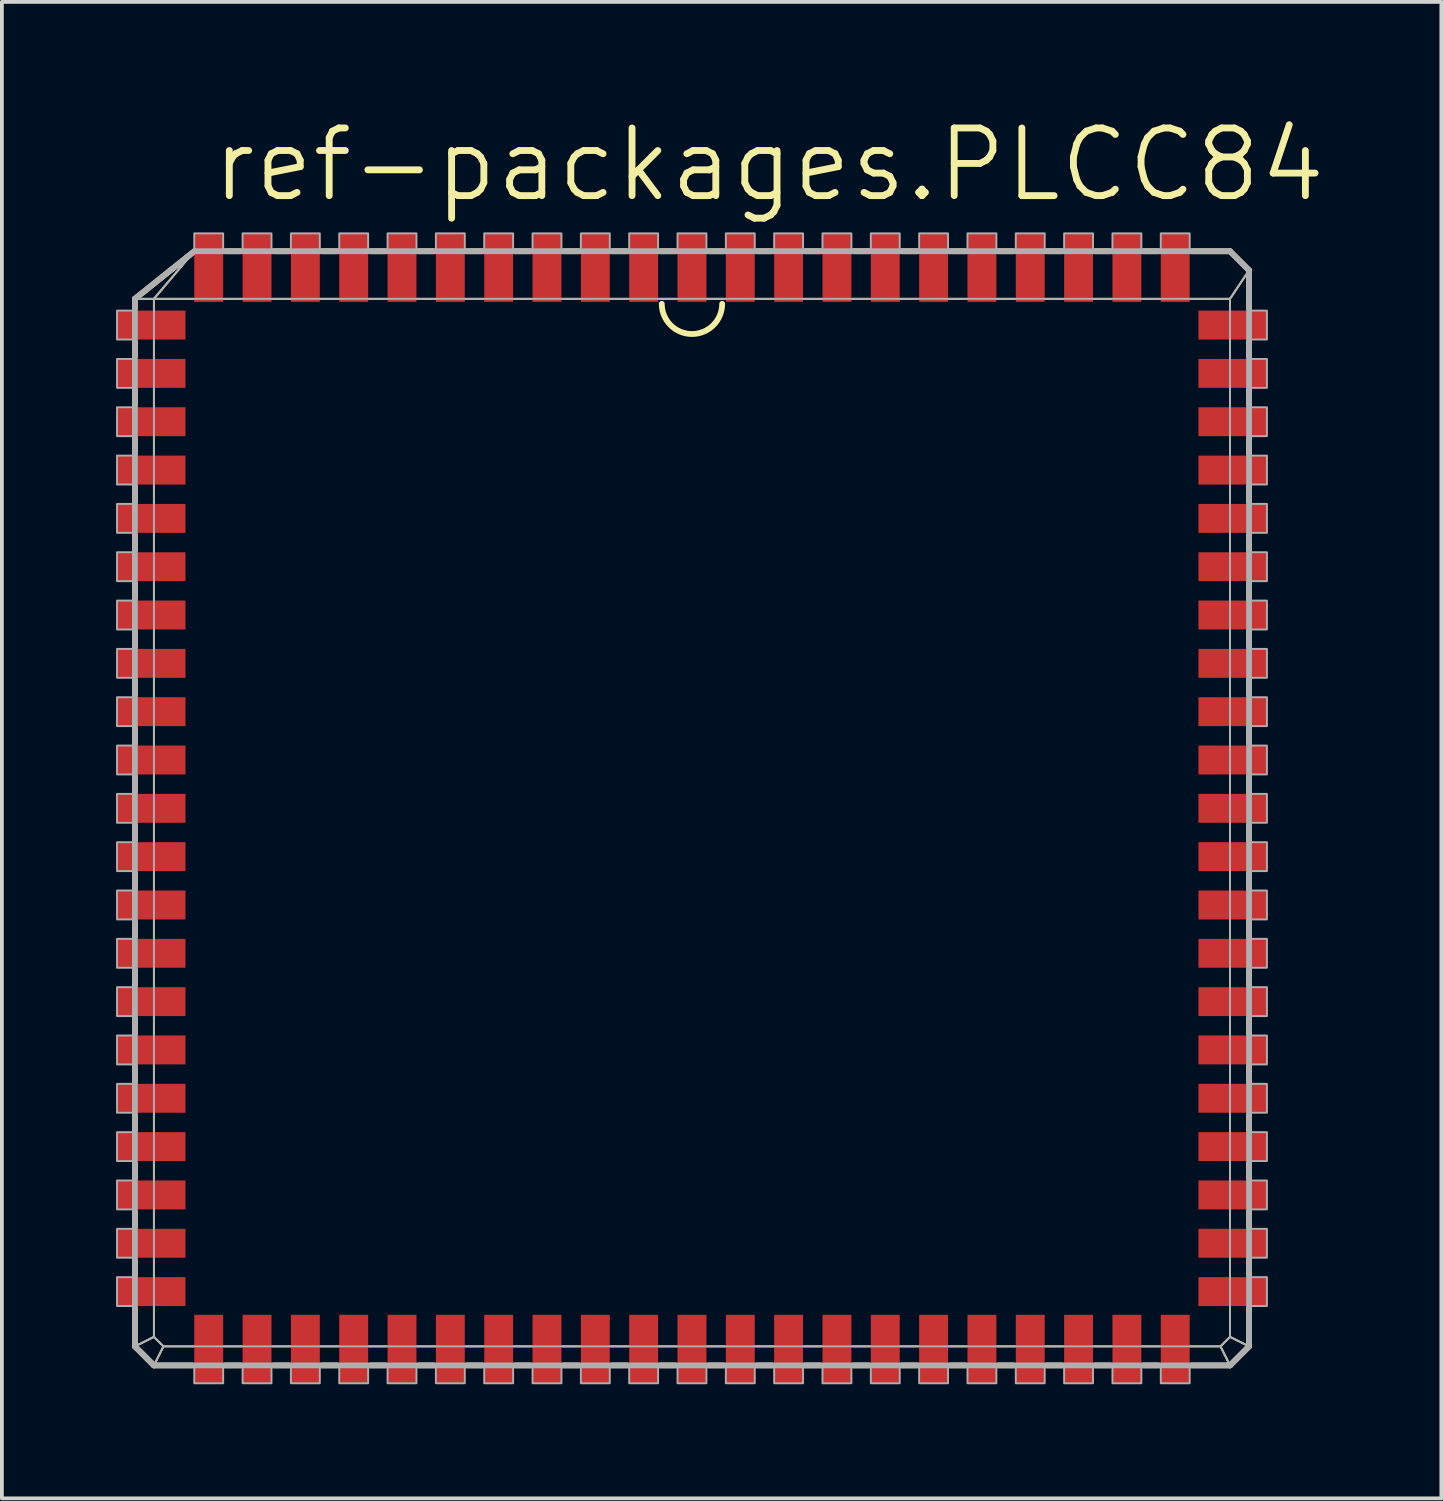
<source format=kicad_pcb>
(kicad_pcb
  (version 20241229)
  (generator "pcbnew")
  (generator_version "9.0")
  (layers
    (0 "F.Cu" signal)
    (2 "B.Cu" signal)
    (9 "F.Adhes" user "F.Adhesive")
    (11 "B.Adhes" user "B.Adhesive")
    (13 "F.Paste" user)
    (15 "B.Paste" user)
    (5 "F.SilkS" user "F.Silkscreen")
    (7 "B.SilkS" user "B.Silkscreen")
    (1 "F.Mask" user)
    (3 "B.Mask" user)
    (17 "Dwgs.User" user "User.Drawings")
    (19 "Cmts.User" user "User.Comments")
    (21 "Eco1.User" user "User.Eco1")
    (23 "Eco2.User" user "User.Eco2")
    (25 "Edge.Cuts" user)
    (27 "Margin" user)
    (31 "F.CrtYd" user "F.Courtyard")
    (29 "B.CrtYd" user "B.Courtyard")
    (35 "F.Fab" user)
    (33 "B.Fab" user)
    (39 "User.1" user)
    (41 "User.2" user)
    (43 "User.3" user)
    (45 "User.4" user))
  (footprint "ref-packages.PLCC84"
    (layer "F.Cu")
    (at 15.135 18.193)
    (property "Reference" "ref-packages.PLCC84" (at -12.7 -15.875 0) (layer "F.SilkS") (effects (font (size 1.778 1.778) (thickness 0.18)) (justify left bottom)))
    (attr smd)
    (fp_line (start -14.64 -13.39) (end -14.14 -13.39) (stroke (width 0.051) (type default)) (layer "F.SilkS"))
    (fp_line (start -14.64 -13.39) (end -13.14 -14.59) (stroke (width 0.152) (type default)) (layer "F.SilkS"))
    (fp_line (start -14.64 -13.14) (end -14.64 -13.39) (stroke (width 0.152) (type default)) (layer "F.SilkS"))
    (fp_line (start -14.64 -11.87) (end -14.64 -12.26) (stroke (width 0.152) (type default)) (layer "F.SilkS"))
    (fp_line (start -14.64 -10.6) (end -14.64 -10.99) (stroke (width 0.152) (type default)) (layer "F.SilkS"))
    (fp_line (start -14.64 -9.33) (end -14.64 -9.72) (stroke (width 0.152) (type default)) (layer "F.SilkS"))
    (fp_line (start -14.64 -8.06) (end -14.64 -8.45) (stroke (width 0.152) (type default)) (layer "F.SilkS"))
    (fp_line (start -14.64 -6.79) (end -14.64 -7.18) (stroke (width 0.152) (type default)) (layer "F.SilkS"))
    (fp_line (start -14.64 -5.52) (end -14.64 -5.91) (stroke (width 0.152) (type default)) (layer "F.SilkS"))
    (fp_line (start -14.64 -4.25) (end -14.64 -4.64) (stroke (width 0.152) (type default)) (layer "F.SilkS"))
    (fp_line (start -14.64 -2.98) (end -14.64 -3.37) (stroke (width 0.152) (type default)) (layer "F.SilkS"))
    (fp_line (start -14.64 -1.71) (end -14.64 -2.1) (stroke (width 0.152) (type default)) (layer "F.SilkS"))
    (fp_line (start -14.64 -0.44) (end -14.64 -0.83) (stroke (width 0.152) (type default)) (layer "F.SilkS"))
    (fp_line (start -14.64 0.83) (end -14.64 0.44) (stroke (width 0.152) (type default)) (layer "F.SilkS"))
    (fp_line (start -14.64 2.1) (end -14.64 1.71) (stroke (width 0.152) (type default)) (layer "F.SilkS"))
    (fp_line (start -14.64 3.37) (end -14.64 2.98) (stroke (width 0.152) (type default)) (layer "F.SilkS"))
    (fp_line (start -14.64 4.64) (end -14.64 4.25) (stroke (width 0.152) (type default)) (layer "F.SilkS"))
    (fp_line (start -14.64 5.91) (end -14.64 5.52) (stroke (width 0.152) (type default)) (layer "F.SilkS"))
    (fp_line (start -14.64 7.18) (end -14.64 6.79) (stroke (width 0.152) (type default)) (layer "F.SilkS"))
    (fp_line (start -14.64 8.45) (end -14.64 8.06) (stroke (width 0.152) (type default)) (layer "F.SilkS"))
    (fp_line (start -14.64 9.72) (end -14.64 9.33) (stroke (width 0.152) (type default)) (layer "F.SilkS"))
    (fp_line (start -14.64 10.99) (end -14.64 10.6) (stroke (width 0.152) (type default)) (layer "F.SilkS"))
    (fp_line (start -14.64 12.26) (end -14.64 11.87) (stroke (width 0.152) (type default)) (layer "F.SilkS"))
    (fp_line (start -14.64 14.14) (end -14.64 13.14) (stroke (width 0.152) (type default)) (layer "F.SilkS"))
    (fp_line (start -14.64 14.14) (end -14.14 13.89) (stroke (width 0.051) (type default)) (layer "F.SilkS"))
    (fp_line (start -14.14 -13.39) (end -13.1 -14.62) (stroke (width 0.051) (type default)) (layer "F.SilkS"))
    (fp_line (start -14.14 -13.39) (end -13.1 -13.39) (stroke (width 0.051) (type default)) (layer "F.SilkS"))
    (fp_line (start -14.14 -13.1) (end -14.14 -13.39) (stroke (width 0.051) (type default)) (layer "F.SilkS"))
    (fp_line (start -14.14 -11.83) (end -14.14 -12.3) (stroke (width 0.051) (type default)) (layer "F.SilkS"))
    (fp_line (start -14.14 -10.56) (end -14.14 -11.03) (stroke (width 0.051) (type default)) (layer "F.SilkS"))
    (fp_line (start -14.14 -9.29) (end -14.14 -9.76) (stroke (width 0.051) (type default)) (layer "F.SilkS"))
    (fp_line (start -14.14 -8.02) (end -14.14 -8.49) (stroke (width 0.051) (type default)) (layer "F.SilkS"))
    (fp_line (start -14.14 -6.75) (end -14.14 -7.22) (stroke (width 0.051) (type default)) (layer "F.SilkS"))
    (fp_line (start -14.14 -5.48) (end -14.14 -5.95) (stroke (width 0.051) (type default)) (layer "F.SilkS"))
    (fp_line (start -14.14 -4.21) (end -14.14 -4.68) (stroke (width 0.051) (type default)) (layer "F.SilkS"))
    (fp_line (start -14.14 -2.94) (end -14.14 -3.41) (stroke (width 0.051) (type default)) (layer "F.SilkS"))
    (fp_line (start -14.14 -1.67) (end -14.14 -2.14) (stroke (width 0.051) (type default)) (layer "F.SilkS"))
    (fp_line (start -14.14 -0.4) (end -14.14 -0.87) (stroke (width 0.051) (type default)) (layer "F.SilkS"))
    (fp_line (start -14.14 0.87) (end -14.14 0.4) (stroke (width 0.051) (type default)) (layer "F.SilkS"))
    (fp_line (start -14.14 2.14) (end -14.14 1.67) (stroke (width 0.051) (type default)) (layer "F.SilkS"))
    (fp_line (start -14.14 3.41) (end -14.14 2.94) (stroke (width 0.051) (type default)) (layer "F.SilkS"))
    (fp_line (start -14.14 4.68) (end -14.14 4.21) (stroke (width 0.051) (type default)) (layer "F.SilkS"))
    (fp_line (start -14.14 5.95) (end -14.14 5.48) (stroke (width 0.051) (type default)) (layer "F.SilkS"))
    (fp_line (start -14.14 7.22) (end -14.14 6.75) (stroke (width 0.051) (type default)) (layer "F.SilkS"))
    (fp_line (start -14.14 8.49) (end -14.14 8.02) (stroke (width 0.051) (type default)) (layer "F.SilkS"))
    (fp_line (start -14.14 9.76) (end -14.14 9.29) (stroke (width 0.051) (type default)) (layer "F.SilkS"))
    (fp_line (start -14.14 11.03) (end -14.14 10.56) (stroke (width 0.051) (type default)) (layer "F.SilkS"))
    (fp_line (start -14.14 12.3) (end -14.14 11.83) (stroke (width 0.051) (type default)) (layer "F.SilkS"))
    (fp_line (start -14.14 13.89) (end -14.14 13.1) (stroke (width 0.051) (type default)) (layer "F.SilkS"))
    (fp_line (start -14.14 14.64) (end -14.64 14.14) (stroke (width 0.152) (type default)) (layer "F.SilkS"))
    (fp_line (start -14.14 14.64) (end -13.89 14.14) (stroke (width 0.051) (type default)) (layer "F.SilkS"))
    (fp_line (start -13.89 14.14) (end -14.14 13.89) (stroke (width 0.051) (type default)) (layer "F.SilkS"))
    (fp_line (start -13.14 14.64) (end -14.14 14.64) (stroke (width 0.152) (type default)) (layer "F.SilkS"))
    (fp_line (start -13.1 14.14) (end -13.89 14.14) (stroke (width 0.051) (type default)) (layer "F.SilkS"))
    (fp_line (start -12.3 -13.39) (end -11.83 -13.39) (stroke (width 0.051) (type default)) (layer "F.SilkS"))
    (fp_line (start -12.26 -14.64) (end -11.87 -14.64) (stroke (width 0.152) (type default)) (layer "F.SilkS"))
    (fp_line (start -11.87 14.64) (end -12.26 14.64) (stroke (width 0.152) (type default)) (layer "F.SilkS"))
    (fp_line (start -11.83 14.14) (end -12.3 14.14) (stroke (width 0.051) (type default)) (layer "F.SilkS"))
    (fp_line (start -11.03 -13.39) (end -10.56 -13.39) (stroke (width 0.051) (type default)) (layer "F.SilkS"))
    (fp_line (start -10.99 -14.64) (end -10.6 -14.64) (stroke (width 0.152) (type default)) (layer "F.SilkS"))
    (fp_line (start -10.6 14.64) (end -10.99 14.64) (stroke (width 0.152) (type default)) (layer "F.SilkS"))
    (fp_line (start -10.56 14.14) (end -11.03 14.14) (stroke (width 0.051) (type default)) (layer "F.SilkS"))
    (fp_line (start -9.76 -13.39) (end -9.29 -13.39) (stroke (width 0.051) (type default)) (layer "F.SilkS"))
    (fp_line (start -9.72 -14.64) (end -9.33 -14.64) (stroke (width 0.152) (type default)) (layer "F.SilkS"))
    (fp_line (start -9.33 14.64) (end -9.72 14.64) (stroke (width 0.152) (type default)) (layer "F.SilkS"))
    (fp_line (start -9.29 14.14) (end -9.76 14.14) (stroke (width 0.051) (type default)) (layer "F.SilkS"))
    (fp_line (start -8.49 -13.39) (end -8.02 -13.39) (stroke (width 0.051) (type default)) (layer "F.SilkS"))
    (fp_line (start -8.45 -14.64) (end -8.06 -14.64) (stroke (width 0.152) (type default)) (layer "F.SilkS"))
    (fp_line (start -8.06 14.64) (end -8.45 14.64) (stroke (width 0.152) (type default)) (layer "F.SilkS"))
    (fp_line (start -8.02 14.14) (end -8.49 14.14) (stroke (width 0.051) (type default)) (layer "F.SilkS"))
    (fp_line (start -7.22 -13.39) (end -6.75 -13.39) (stroke (width 0.051) (type default)) (layer "F.SilkS"))
    (fp_line (start -7.18 -14.64) (end -6.79 -14.64) (stroke (width 0.152) (type default)) (layer "F.SilkS"))
    (fp_line (start -6.79 14.64) (end -7.18 14.64) (stroke (width 0.152) (type default)) (layer "F.SilkS"))
    (fp_line (start -6.75 14.14) (end -7.22 14.14) (stroke (width 0.051) (type default)) (layer "F.SilkS"))
    (fp_line (start -5.95 -13.39) (end -5.48 -13.39) (stroke (width 0.051) (type default)) (layer "F.SilkS"))
    (fp_line (start -5.91 -14.64) (end -5.52 -14.64) (stroke (width 0.152) (type default)) (layer "F.SilkS"))
    (fp_line (start -5.52 14.64) (end -5.91 14.64) (stroke (width 0.152) (type default)) (layer "F.SilkS"))
    (fp_line (start -5.48 14.14) (end -5.95 14.14) (stroke (width 0.051) (type default)) (layer "F.SilkS"))
    (fp_line (start -4.68 -13.39) (end -4.21 -13.39) (stroke (width 0.051) (type default)) (layer "F.SilkS"))
    (fp_line (start -4.64 -14.64) (end -4.25 -14.64) (stroke (width 0.152) (type default)) (layer "F.SilkS"))
    (fp_line (start -4.25 14.64) (end -4.64 14.64) (stroke (width 0.152) (type default)) (layer "F.SilkS"))
    (fp_line (start -4.21 14.14) (end -4.68 14.14) (stroke (width 0.051) (type default)) (layer "F.SilkS"))
    (fp_line (start -3.41 -13.39) (end -2.94 -13.39) (stroke (width 0.051) (type default)) (layer "F.SilkS"))
    (fp_line (start -3.37 -14.64) (end -2.98 -14.64) (stroke (width 0.152) (type default)) (layer "F.SilkS"))
    (fp_line (start -2.98 14.64) (end -3.37 14.64) (stroke (width 0.152) (type default)) (layer "F.SilkS"))
    (fp_line (start -2.94 14.14) (end -3.41 14.14) (stroke (width 0.051) (type default)) (layer "F.SilkS"))
    (fp_line (start -2.14 -13.39) (end -1.67 -13.39) (stroke (width 0.051) (type default)) (layer "F.SilkS"))
    (fp_line (start -2.1 -14.64) (end -1.71 -14.64) (stroke (width 0.152) (type default)) (layer "F.SilkS"))
    (fp_line (start -1.71 14.64) (end -2.1 14.64) (stroke (width 0.152) (type default)) (layer "F.SilkS"))
    (fp_line (start -1.67 14.14) (end -2.14 14.14) (stroke (width 0.051) (type default)) (layer "F.SilkS"))
    (fp_line (start -0.87 -13.39) (end -0.4 -13.39) (stroke (width 0.051) (type default)) (layer "F.SilkS"))
    (fp_line (start -0.83 -14.64) (end -0.44 -14.64) (stroke (width 0.152) (type default)) (layer "F.SilkS"))
    (fp_line (start -0.44 14.64) (end -0.83 14.64) (stroke (width 0.152) (type default)) (layer "F.SilkS"))
    (fp_line (start -0.4 14.14) (end -0.87 14.14) (stroke (width 0.051) (type default)) (layer "F.SilkS"))
    (fp_line (start 0.4 -13.39) (end 0.87 -13.39) (stroke (width 0.051) (type default)) (layer "F.SilkS"))
    (fp_line (start 0.44 -14.64) (end 0.83 -14.64) (stroke (width 0.152) (type default)) (layer "F.SilkS"))
    (fp_line (start 0.83 14.64) (end 0.44 14.64) (stroke (width 0.152) (type default)) (layer "F.SilkS"))
    (fp_line (start 0.87 14.14) (end 0.4 14.14) (stroke (width 0.051) (type default)) (layer "F.SilkS"))
    (fp_line (start 1.67 -13.39) (end 2.14 -13.39) (stroke (width 0.051) (type default)) (layer "F.SilkS"))
    (fp_line (start 1.71 -14.64) (end 2.1 -14.64) (stroke (width 0.152) (type default)) (layer "F.SilkS"))
    (fp_line (start 2.1 14.64) (end 1.71 14.64) (stroke (width 0.152) (type default)) (layer "F.SilkS"))
    (fp_line (start 2.14 14.14) (end 1.67 14.14) (stroke (width 0.051) (type default)) (layer "F.SilkS"))
    (fp_line (start 2.94 -13.39) (end 3.41 -13.39) (stroke (width 0.051) (type default)) (layer "F.SilkS"))
    (fp_line (start 2.98 -14.64) (end 3.37 -14.64) (stroke (width 0.152) (type default)) (layer "F.SilkS"))
    (fp_line (start 3.37 14.64) (end 2.98 14.64) (stroke (width 0.152) (type default)) (layer "F.SilkS"))
    (fp_line (start 3.41 14.14) (end 2.94 14.14) (stroke (width 0.051) (type default)) (layer "F.SilkS"))
    (fp_line (start 4.21 -13.39) (end 4.68 -13.39) (stroke (width 0.051) (type default)) (layer "F.SilkS"))
    (fp_line (start 4.25 -14.64) (end 4.64 -14.64) (stroke (width 0.152) (type default)) (layer "F.SilkS"))
    (fp_line (start 4.64 14.64) (end 4.25 14.64) (stroke (width 0.152) (type default)) (layer "F.SilkS"))
    (fp_line (start 4.68 14.14) (end 4.21 14.14) (stroke (width 0.051) (type default)) (layer "F.SilkS"))
    (fp_line (start 5.48 -13.39) (end 5.95 -13.39) (stroke (width 0.051) (type default)) (layer "F.SilkS"))
    (fp_line (start 5.52 -14.64) (end 5.91 -14.64) (stroke (width 0.152) (type default)) (layer "F.SilkS"))
    (fp_line (start 5.91 14.64) (end 5.52 14.64) (stroke (width 0.152) (type default)) (layer "F.SilkS"))
    (fp_line (start 5.95 14.14) (end 5.48 14.14) (stroke (width 0.051) (type default)) (layer "F.SilkS"))
    (fp_line (start 6.75 -13.39) (end 7.22 -13.39) (stroke (width 0.051) (type default)) (layer "F.SilkS"))
    (fp_line (start 6.79 -14.64) (end 7.18 -14.64) (stroke (width 0.152) (type default)) (layer "F.SilkS"))
    (fp_line (start 7.18 14.64) (end 6.79 14.64) (stroke (width 0.152) (type default)) (layer "F.SilkS"))
    (fp_line (start 7.22 14.14) (end 6.75 14.14) (stroke (width 0.051) (type default)) (layer "F.SilkS"))
    (fp_line (start 8.02 -13.39) (end 8.49 -13.39) (stroke (width 0.051) (type default)) (layer "F.SilkS"))
    (fp_line (start 8.06 -14.64) (end 8.45 -14.64) (stroke (width 0.152) (type default)) (layer "F.SilkS"))
    (fp_line (start 8.45 14.64) (end 8.06 14.64) (stroke (width 0.152) (type default)) (layer "F.SilkS"))
    (fp_line (start 8.49 14.14) (end 8.02 14.14) (stroke (width 0.051) (type default)) (layer "F.SilkS"))
    (fp_line (start 9.29 -13.39) (end 9.76 -13.39) (stroke (width 0.051) (type default)) (layer "F.SilkS"))
    (fp_line (start 9.33 -14.64) (end 9.72 -14.64) (stroke (width 0.152) (type default)) (layer "F.SilkS"))
    (fp_line (start 9.72 14.64) (end 9.33 14.64) (stroke (width 0.152) (type default)) (layer "F.SilkS"))
    (fp_line (start 9.76 14.14) (end 9.29 14.14) (stroke (width 0.051) (type default)) (layer "F.SilkS"))
    (fp_line (start 10.56 -13.39) (end 11.03 -13.39) (stroke (width 0.051) (type default)) (layer "F.SilkS"))
    (fp_line (start 10.6 -14.64) (end 10.99 -14.64) (stroke (width 0.152) (type default)) (layer "F.SilkS"))
    (fp_line (start 10.99 14.64) (end 10.6 14.64) (stroke (width 0.152) (type default)) (layer "F.SilkS"))
    (fp_line (start 11.03 14.14) (end 10.56 14.14) (stroke (width 0.051) (type default)) (layer "F.SilkS"))
    (fp_line (start 11.83 -13.39) (end 12.3 -13.39) (stroke (width 0.051) (type default)) (layer "F.SilkS"))
    (fp_line (start 11.87 -14.64) (end 12.26 -14.64) (stroke (width 0.152) (type default)) (layer "F.SilkS"))
    (fp_line (start 12.26 14.64) (end 11.87 14.64) (stroke (width 0.152) (type default)) (layer "F.SilkS"))
    (fp_line (start 12.3 14.14) (end 11.83 14.14) (stroke (width 0.051) (type default)) (layer "F.SilkS"))
    (fp_line (start 13.1 -13.39) (end 14.14 -13.39) (stroke (width 0.051) (type default)) (layer "F.SilkS"))
    (fp_line (start 13.14 -14.64) (end 14.14 -14.64) (stroke (width 0.152) (type default)) (layer "F.SilkS"))
    (fp_line (start 13.89 14.14) (end 13.1 14.14) (stroke (width 0.051) (type default)) (layer "F.SilkS"))
    (fp_line (start 13.89 14.14) (end 14.14 14.64) (stroke (width 0.051) (type default)) (layer "F.SilkS"))
    (fp_line (start 14.14 -14.64) (end 14.64 -14.14) (stroke (width 0.152) (type default)) (layer "F.SilkS"))
    (fp_line (start 14.14 -13.39) (end 14.14 -13.1) (stroke (width 0.051) (type default)) (layer "F.SilkS"))
    (fp_line (start 14.14 -12.3) (end 14.14 -11.83) (stroke (width 0.051) (type default)) (layer "F.SilkS"))
    (fp_line (start 14.14 -11.03) (end 14.14 -10.56) (stroke (width 0.051) (type default)) (layer "F.SilkS"))
    (fp_line (start 14.14 -9.76) (end 14.14 -9.29) (stroke (width 0.051) (type default)) (layer "F.SilkS"))
    (fp_line (start 14.14 -8.49) (end 14.14 -8.02) (stroke (width 0.051) (type default)) (layer "F.SilkS"))
    (fp_line (start 14.14 -7.22) (end 14.14 -6.75) (stroke (width 0.051) (type default)) (layer "F.SilkS"))
    (fp_line (start 14.14 -5.95) (end 14.14 -5.48) (stroke (width 0.051) (type default)) (layer "F.SilkS"))
    (fp_line (start 14.14 -4.68) (end 14.14 -4.21) (stroke (width 0.051) (type default)) (layer "F.SilkS"))
    (fp_line (start 14.14 -3.41) (end 14.14 -2.94) (stroke (width 0.051) (type default)) (layer "F.SilkS"))
    (fp_line (start 14.14 -2.14) (end 14.14 -1.67) (stroke (width 0.051) (type default)) (layer "F.SilkS"))
    (fp_line (start 14.14 -0.87) (end 14.14 -0.4) (stroke (width 0.051) (type default)) (layer "F.SilkS"))
    (fp_line (start 14.14 0.4) (end 14.14 0.87) (stroke (width 0.051) (type default)) (layer "F.SilkS"))
    (fp_line (start 14.14 1.67) (end 14.14 2.14) (stroke (width 0.051) (type default)) (layer "F.SilkS"))
    (fp_line (start 14.14 2.94) (end 14.14 3.41) (stroke (width 0.051) (type default)) (layer "F.SilkS"))
    (fp_line (start 14.14 4.21) (end 14.14 4.68) (stroke (width 0.051) (type default)) (layer "F.SilkS"))
    (fp_line (start 14.14 5.48) (end 14.14 5.95) (stroke (width 0.051) (type default)) (layer "F.SilkS"))
    (fp_line (start 14.14 6.75) (end 14.14 7.22) (stroke (width 0.051) (type default)) (layer "F.SilkS"))
    (fp_line (start 14.14 8.02) (end 14.14 8.49) (stroke (width 0.051) (type default)) (layer "F.SilkS"))
    (fp_line (start 14.14 9.29) (end 14.14 9.76) (stroke (width 0.051) (type default)) (layer "F.SilkS"))
    (fp_line (start 14.14 10.56) (end 14.14 11.03) (stroke (width 0.051) (type default)) (layer "F.SilkS"))
    (fp_line (start 14.14 11.83) (end 14.14 12.3) (stroke (width 0.051) (type default)) (layer "F.SilkS"))
    (fp_line (start 14.14 13.1) (end 14.14 13.89) (stroke (width 0.051) (type default)) (layer "F.SilkS"))
    (fp_line (start 14.14 13.89) (end 13.89 14.14) (stroke (width 0.051) (type default)) (layer "F.SilkS"))
    (fp_line (start 14.14 13.89) (end 14.64 14.14) (stroke (width 0.051) (type default)) (layer "F.SilkS"))
    (fp_line (start 14.14 14.64) (end 13.14 14.64) (stroke (width 0.152) (type default)) (layer "F.SilkS"))
    (fp_line (start 14.64 -14.14) (end 14.14 -13.39) (stroke (width 0.051) (type default)) (layer "F.SilkS"))
    (fp_line (start 14.64 -14.14) (end 14.64 -13.14) (stroke (width 0.152) (type default)) (layer "F.SilkS"))
    (fp_line (start 14.64 -12.26) (end 14.64 -11.87) (stroke (width 0.152) (type default)) (layer "F.SilkS"))
    (fp_line (start 14.64 -10.99) (end 14.64 -10.6) (stroke (width 0.152) (type default)) (layer "F.SilkS"))
    (fp_line (start 14.64 -9.72) (end 14.64 -9.33) (stroke (width 0.152) (type default)) (layer "F.SilkS"))
    (fp_line (start 14.64 -8.45) (end 14.64 -8.06) (stroke (width 0.152) (type default)) (layer "F.SilkS"))
    (fp_line (start 14.64 -7.18) (end 14.64 -6.79) (stroke (width 0.152) (type default)) (layer "F.SilkS"))
    (fp_line (start 14.64 -5.91) (end 14.64 -5.52) (stroke (width 0.152) (type default)) (layer "F.SilkS"))
    (fp_line (start 14.64 -4.64) (end 14.64 -4.25) (stroke (width 0.152) (type default)) (layer "F.SilkS"))
    (fp_line (start 14.64 -3.37) (end 14.64 -2.98) (stroke (width 0.152) (type default)) (layer "F.SilkS"))
    (fp_line (start 14.64 -2.1) (end 14.64 -1.71) (stroke (width 0.152) (type default)) (layer "F.SilkS"))
    (fp_line (start 14.64 -0.83) (end 14.64 -0.44) (stroke (width 0.152) (type default)) (layer "F.SilkS"))
    (fp_line (start 14.64 0.44) (end 14.64 0.83) (stroke (width 0.152) (type default)) (layer "F.SilkS"))
    (fp_line (start 14.64 1.71) (end 14.64 2.1) (stroke (width 0.152) (type default)) (layer "F.SilkS"))
    (fp_line (start 14.64 2.98) (end 14.64 3.37) (stroke (width 0.152) (type default)) (layer "F.SilkS"))
    (fp_line (start 14.64 4.25) (end 14.64 4.64) (stroke (width 0.152) (type default)) (layer "F.SilkS"))
    (fp_line (start 14.64 5.52) (end 14.64 5.91) (stroke (width 0.152) (type default)) (layer "F.SilkS"))
    (fp_line (start 14.64 6.79) (end 14.64 7.18) (stroke (width 0.152) (type default)) (layer "F.SilkS"))
    (fp_line (start 14.64 8.06) (end 14.64 8.45) (stroke (width 0.152) (type default)) (layer "F.SilkS"))
    (fp_line (start 14.64 9.33) (end 14.64 9.72) (stroke (width 0.152) (type default)) (layer "F.SilkS"))
    (fp_line (start 14.64 10.6) (end 14.64 10.99) (stroke (width 0.152) (type default)) (layer "F.SilkS"))
    (fp_line (start 14.64 11.87) (end 14.64 12.26) (stroke (width 0.152) (type default)) (layer "F.SilkS"))
    (fp_line (start 14.64 13.14) (end 14.64 14.14) (stroke (width 0.152) (type default)) (layer "F.SilkS"))
    (fp_line (start 14.64 14.14) (end 14.14 14.64) (stroke (width 0.152) (type default)) (layer "F.SilkS"))
    (fp_arc (start 0.7938 -13.2588) (mid 0 -12.465) (end -0.7938 -13.2588) (stroke (width 0.1524) (type default)) (layer "F.SilkS"))
    (fp_line (start -14.64 -13.39) (end -14.14 -13.39) (stroke (width 0.051) (type default)) (layer "F.Fab"))
    (fp_line (start -14.64 -13.39) (end -13.08 -14.64) (stroke (width 0.152) (type default)) (layer "F.Fab"))
    (fp_line (start -14.64 14.14) (end -14.64 -13.39) (stroke (width 0.152) (type default)) (layer "F.Fab"))
    (fp_line (start -14.64 14.14) (end -14.14 13.89) (stroke (width 0.051) (type default)) (layer "F.Fab"))
    (fp_line (start -14.14 -13.39) (end -13.08 -14.64) (stroke (width 0.051) (type default)) (layer "F.Fab"))
    (fp_line (start -14.14 -13.39) (end 14.14 -13.39) (stroke (width 0.051) (type default)) (layer "F.Fab"))
    (fp_line (start -14.14 13.89) (end -14.14 -13.39) (stroke (width 0.051) (type default)) (layer "F.Fab"))
    (fp_line (start -14.14 14.64) (end -14.64 14.14) (stroke (width 0.152) (type default)) (layer "F.Fab"))
    (fp_line (start -14.14 14.64) (end -13.89 14.14) (stroke (width 0.051) (type default)) (layer "F.Fab"))
    (fp_line (start -13.89 14.14) (end -14.14 13.89) (stroke (width 0.051) (type default)) (layer "F.Fab"))
    (fp_line (start -13.08 -14.64) (end 14.14 -14.64) (stroke (width 0.152) (type default)) (layer "F.Fab"))
    (fp_line (start 13.89 14.14) (end -13.89 14.14) (stroke (width 0.051) (type default)) (layer "F.Fab"))
    (fp_line (start 13.89 14.14) (end 14.14 14.64) (stroke (width 0.051) (type default)) (layer "F.Fab"))
    (fp_line (start 14.14 -14.64) (end 14.64 -14.14) (stroke (width 0.152) (type default)) (layer "F.Fab"))
    (fp_line (start 14.14 -13.39) (end 14.14 13.89) (stroke (width 0.051) (type default)) (layer "F.Fab"))
    (fp_line (start 14.14 13.89) (end 13.89 14.14) (stroke (width 0.051) (type default)) (layer "F.Fab"))
    (fp_line (start 14.14 13.89) (end 14.64 14.14) (stroke (width 0.051) (type default)) (layer "F.Fab"))
    (fp_line (start 14.14 14.64) (end -14.14 14.64) (stroke (width 0.152) (type default)) (layer "F.Fab"))
    (fp_line (start 14.64 -14.14) (end 14.14 -13.39) (stroke (width 0.051) (type default)) (layer "F.Fab"))
    (fp_line (start 14.64 -14.14) (end 14.64 14.14) (stroke (width 0.152) (type default)) (layer "F.Fab"))
    (fp_line (start 14.64 14.14) (end 14.14 14.64) (stroke (width 0.152) (type default)) (layer "F.Fab"))
    (fp_rect (start -15.11 -12.32) (end -14.64 -13.08) (stroke (width 0.05) (type default)) (fill no) (layer "F.Fab"))
    (fp_rect (start -15.11 -11.05) (end -14.64 -11.81) (stroke (width 0.05) (type default)) (fill no) (layer "F.Fab"))
    (fp_rect (start -15.11 -9.78) (end -14.64 -10.54) (stroke (width 0.05) (type default)) (fill no) (layer "F.Fab"))
    (fp_rect (start -15.11 -8.51) (end -14.64 -9.27) (stroke (width 0.05) (type default)) (fill no) (layer "F.Fab"))
    (fp_rect (start -15.11 -7.24) (end -14.64 -8) (stroke (width 0.05) (type default)) (fill no) (layer "F.Fab"))
    (fp_rect (start -15.11 -5.97) (end -14.64 -6.73) (stroke (width 0.05) (type default)) (fill no) (layer "F.Fab"))
    (fp_rect (start -15.11 -4.7) (end -14.64 -5.46) (stroke (width 0.05) (type default)) (fill no) (layer "F.Fab"))
    (fp_rect (start -15.11 -3.43) (end -14.64 -4.19) (stroke (width 0.05) (type default)) (fill no) (layer "F.Fab"))
    (fp_rect (start -15.11 -2.16) (end -14.64 -2.92) (stroke (width 0.05) (type default)) (fill no) (layer "F.Fab"))
    (fp_rect (start -15.11 -0.89) (end -14.64 -1.65) (stroke (width 0.05) (type default)) (fill no) (layer "F.Fab"))
    (fp_rect (start -15.11 0.38) (end -14.64 -0.38) (stroke (width 0.05) (type default)) (fill no) (layer "F.Fab"))
    (fp_rect (start -15.11 1.65) (end -14.64 0.89) (stroke (width 0.05) (type default)) (fill no) (layer "F.Fab"))
    (fp_rect (start -15.11 2.92) (end -14.64 2.16) (stroke (width 0.05) (type default)) (fill no) (layer "F.Fab"))
    (fp_rect (start -15.11 4.19) (end -14.64 3.43) (stroke (width 0.05) (type default)) (fill no) (layer "F.Fab"))
    (fp_rect (start -15.11 5.46) (end -14.64 4.7) (stroke (width 0.05) (type default)) (fill no) (layer "F.Fab"))
    (fp_rect (start -15.11 6.73) (end -14.64 5.97) (stroke (width 0.05) (type default)) (fill no) (layer "F.Fab"))
    (fp_rect (start -15.11 8) (end -14.64 7.24) (stroke (width 0.05) (type default)) (fill no) (layer "F.Fab"))
    (fp_rect (start -15.11 9.27) (end -14.64 8.51) (stroke (width 0.05) (type default)) (fill no) (layer "F.Fab"))
    (fp_rect (start -15.11 10.54) (end -14.64 9.78) (stroke (width 0.05) (type default)) (fill no) (layer "F.Fab"))
    (fp_rect (start -15.11 11.81) (end -14.64 11.05) (stroke (width 0.05) (type default)) (fill no) (layer "F.Fab"))
    (fp_rect (start -15.11 13.08) (end -14.64 12.32) (stroke (width 0.05) (type default)) (fill no) (layer "F.Fab"))
    (fp_rect (start -13.08 -14.64) (end -12.32 -15.11) (stroke (width 0.05) (type default)) (fill no) (layer "F.Fab"))
    (fp_rect (start -13.08 15.11) (end -12.32 14.64) (stroke (width 0.05) (type default)) (fill no) (layer "F.Fab"))
    (fp_rect (start -11.81 -14.64) (end -11.05 -15.11) (stroke (width 0.05) (type default)) (fill no) (layer "F.Fab"))
    (fp_rect (start -11.81 15.11) (end -11.05 14.64) (stroke (width 0.05) (type default)) (fill no) (layer "F.Fab"))
    (fp_rect (start -10.54 -14.64) (end -9.78 -15.11) (stroke (width 0.05) (type default)) (fill no) (layer "F.Fab"))
    (fp_rect (start -10.54 15.11) (end -9.78 14.64) (stroke (width 0.05) (type default)) (fill no) (layer "F.Fab"))
    (fp_rect (start -9.27 -14.64) (end -8.51 -15.11) (stroke (width 0.05) (type default)) (fill no) (layer "F.Fab"))
    (fp_rect (start -9.27 15.11) (end -8.51 14.64) (stroke (width 0.05) (type default)) (fill no) (layer "F.Fab"))
    (fp_rect (start -8 -14.64) (end -7.24 -15.11) (stroke (width 0.05) (type default)) (fill no) (layer "F.Fab"))
    (fp_rect (start -8 15.11) (end -7.24 14.64) (stroke (width 0.05) (type default)) (fill no) (layer "F.Fab"))
    (fp_rect (start -6.73 -14.64) (end -5.97 -15.11) (stroke (width 0.05) (type default)) (fill no) (layer "F.Fab"))
    (fp_rect (start -6.73 15.11) (end -5.97 14.64) (stroke (width 0.05) (type default)) (fill no) (layer "F.Fab"))
    (fp_rect (start -5.46 -14.64) (end -4.7 -15.11) (stroke (width 0.05) (type default)) (fill no) (layer "F.Fab"))
    (fp_rect (start -5.46 15.11) (end -4.7 14.64) (stroke (width 0.05) (type default)) (fill no) (layer "F.Fab"))
    (fp_rect (start -4.19 -14.64) (end -3.43 -15.11) (stroke (width 0.05) (type default)) (fill no) (layer "F.Fab"))
    (fp_rect (start -4.19 15.11) (end -3.43 14.64) (stroke (width 0.05) (type default)) (fill no) (layer "F.Fab"))
    (fp_rect (start -2.92 -14.64) (end -2.16 -15.11) (stroke (width 0.05) (type default)) (fill no) (layer "F.Fab"))
    (fp_rect (start -2.92 15.11) (end -2.16 14.64) (stroke (width 0.05) (type default)) (fill no) (layer "F.Fab"))
    (fp_rect (start -1.65 -14.64) (end -0.89 -15.11) (stroke (width 0.05) (type default)) (fill no) (layer "F.Fab"))
    (fp_rect (start -1.65 15.11) (end -0.89 14.64) (stroke (width 0.05) (type default)) (fill no) (layer "F.Fab"))
    (fp_rect (start -0.38 -14.64) (end 0.38 -15.11) (stroke (width 0.05) (type default)) (fill no) (layer "F.Fab"))
    (fp_rect (start -0.38 15.11) (end 0.38 14.64) (stroke (width 0.05) (type default)) (fill no) (layer "F.Fab"))
    (fp_rect (start 0.89 -14.64) (end 1.65 -15.11) (stroke (width 0.05) (type default)) (fill no) (layer "F.Fab"))
    (fp_rect (start 0.89 15.11) (end 1.65 14.64) (stroke (width 0.05) (type default)) (fill no) (layer "F.Fab"))
    (fp_rect (start 2.16 -14.64) (end 2.92 -15.11) (stroke (width 0.05) (type default)) (fill no) (layer "F.Fab"))
    (fp_rect (start 2.16 15.11) (end 2.92 14.64) (stroke (width 0.05) (type default)) (fill no) (layer "F.Fab"))
    (fp_rect (start 3.43 -14.64) (end 4.19 -15.11) (stroke (width 0.05) (type default)) (fill no) (layer "F.Fab"))
    (fp_rect (start 3.43 15.11) (end 4.19 14.64) (stroke (width 0.05) (type default)) (fill no) (layer "F.Fab"))
    (fp_rect (start 4.7 -14.64) (end 5.46 -15.11) (stroke (width 0.05) (type default)) (fill no) (layer "F.Fab"))
    (fp_rect (start 4.7 15.11) (end 5.46 14.64) (stroke (width 0.05) (type default)) (fill no) (layer "F.Fab"))
    (fp_rect (start 5.97 -14.64) (end 6.73 -15.11) (stroke (width 0.05) (type default)) (fill no) (layer "F.Fab"))
    (fp_rect (start 5.97 15.11) (end 6.73 14.64) (stroke (width 0.05) (type default)) (fill no) (layer "F.Fab"))
    (fp_rect (start 7.24 -14.64) (end 8 -15.11) (stroke (width 0.05) (type default)) (fill no) (layer "F.Fab"))
    (fp_rect (start 7.24 15.11) (end 8 14.64) (stroke (width 0.05) (type default)) (fill no) (layer "F.Fab"))
    (fp_rect (start 8.51 -14.64) (end 9.27 -15.11) (stroke (width 0.05) (type default)) (fill no) (layer "F.Fab"))
    (fp_rect (start 8.51 15.11) (end 9.27 14.64) (stroke (width 0.05) (type default)) (fill no) (layer "F.Fab"))
    (fp_rect (start 9.78 -14.64) (end 10.54 -15.11) (stroke (width 0.05) (type default)) (fill no) (layer "F.Fab"))
    (fp_rect (start 9.78 15.11) (end 10.54 14.64) (stroke (width 0.05) (type default)) (fill no) (layer "F.Fab"))
    (fp_rect (start 11.05 -14.64) (end 11.81 -15.11) (stroke (width 0.05) (type default)) (fill no) (layer "F.Fab"))
    (fp_rect (start 11.05 15.11) (end 11.81 14.64) (stroke (width 0.05) (type default)) (fill no) (layer "F.Fab"))
    (fp_rect (start 12.32 -14.64) (end 13.08 -15.11) (stroke (width 0.05) (type default)) (fill no) (layer "F.Fab"))
    (fp_rect (start 12.32 15.11) (end 13.08 14.64) (stroke (width 0.05) (type default)) (fill no) (layer "F.Fab"))
    (fp_rect (start 14.64 -12.32) (end 15.11 -13.08) (stroke (width 0.05) (type default)) (fill no) (layer "F.Fab"))
    (fp_rect (start 14.64 -11.05) (end 15.11 -11.81) (stroke (width 0.05) (type default)) (fill no) (layer "F.Fab"))
    (fp_rect (start 14.64 -9.78) (end 15.11 -10.54) (stroke (width 0.05) (type default)) (fill no) (layer "F.Fab"))
    (fp_rect (start 14.64 -8.51) (end 15.11 -9.27) (stroke (width 0.05) (type default)) (fill no) (layer "F.Fab"))
    (fp_rect (start 14.64 -7.24) (end 15.11 -8) (stroke (width 0.05) (type default)) (fill no) (layer "F.Fab"))
    (fp_rect (start 14.64 -5.97) (end 15.11 -6.73) (stroke (width 0.05) (type default)) (fill no) (layer "F.Fab"))
    (fp_rect (start 14.64 -4.7) (end 15.11 -5.46) (stroke (width 0.05) (type default)) (fill no) (layer "F.Fab"))
    (fp_rect (start 14.64 -3.43) (end 15.11 -4.19) (stroke (width 0.05) (type default)) (fill no) (layer "F.Fab"))
    (fp_rect (start 14.64 -2.16) (end 15.11 -2.92) (stroke (width 0.05) (type default)) (fill no) (layer "F.Fab"))
    (fp_rect (start 14.64 -0.89) (end 15.11 -1.65) (stroke (width 0.05) (type default)) (fill no) (layer "F.Fab"))
    (fp_rect (start 14.64 0.38) (end 15.11 -0.38) (stroke (width 0.05) (type default)) (fill no) (layer "F.Fab"))
    (fp_rect (start 14.64 1.65) (end 15.11 0.89) (stroke (width 0.05) (type default)) (fill no) (layer "F.Fab"))
    (fp_rect (start 14.64 2.92) (end 15.11 2.16) (stroke (width 0.05) (type default)) (fill no) (layer "F.Fab"))
    (fp_rect (start 14.64 4.19) (end 15.11 3.43) (stroke (width 0.05) (type default)) (fill no) (layer "F.Fab"))
    (fp_rect (start 14.64 5.46) (end 15.11 4.7) (stroke (width 0.05) (type default)) (fill no) (layer "F.Fab"))
    (fp_rect (start 14.64 6.73) (end 15.11 5.97) (stroke (width 0.05) (type default)) (fill no) (layer "F.Fab"))
    (fp_rect (start 14.64 8) (end 15.11 7.24) (stroke (width 0.05) (type default)) (fill no) (layer "F.Fab"))
    (fp_rect (start 14.64 9.27) (end 15.11 8.51) (stroke (width 0.05) (type default)) (fill no) (layer "F.Fab"))
    (fp_rect (start 14.64 10.54) (end 15.11 9.78) (stroke (width 0.05) (type default)) (fill no) (layer "F.Fab"))
    (fp_rect (start 14.64 11.81) (end 15.11 11.05) (stroke (width 0.05) (type default)) (fill no) (layer "F.Fab"))
    (fp_rect (start 14.64 13.08) (end 15.11 12.32) (stroke (width 0.05) (type default)) (fill no) (layer "F.Fab"))
    (pad "1" smd roundrect (at 0 -14.21) (size 0.76 1.8) (layers "F.Cu" "F.Mask" "F.Paste") (roundrect_rratio 0.01))
    (pad "2" smd roundrect (at -1.27 -14.21) (size 0.76 1.8) (layers "F.Cu" "F.Mask" "F.Paste") (roundrect_rratio 0.01))
    (pad "3" smd roundrect (at -2.54 -14.21) (size 0.76 1.8) (layers "F.Cu" "F.Mask" "F.Paste") (roundrect_rratio 0.01))
    (pad "4" smd roundrect (at -3.81 -14.21) (size 0.76 1.8) (layers "F.Cu" "F.Mask" "F.Paste") (roundrect_rratio 0.01))
    (pad "5" smd roundrect (at -5.08 -14.21) (size 0.76 1.8) (layers "F.Cu" "F.Mask" "F.Paste") (roundrect_rratio 0.01))
    (pad "6" smd roundrect (at -6.35 -14.21) (size 0.76 1.8) (layers "F.Cu" "F.Mask" "F.Paste") (roundrect_rratio 0.01))
    (pad "7" smd roundrect (at -7.62 -14.21) (size 0.76 1.8) (layers "F.Cu" "F.Mask" "F.Paste") (roundrect_rratio 0.01))
    (pad "8" smd roundrect (at -8.89 -14.21) (size 0.76 1.8) (layers "F.Cu" "F.Mask" "F.Paste") (roundrect_rratio 0.01))
    (pad "9" smd roundrect (at -10.16 -14.21) (size 0.76 1.8) (layers "F.Cu" "F.Mask" "F.Paste") (roundrect_rratio 0.01))
    (pad "10" smd roundrect (at -11.43 -14.21) (size 0.76 1.8) (layers "F.Cu" "F.Mask" "F.Paste") (roundrect_rratio 0.01))
    (pad "11" smd roundrect (at -12.7 -14.21) (size 0.76 1.8) (layers "F.Cu" "F.Mask" "F.Paste") (roundrect_rratio 0.01))
    (pad "12" smd roundrect (at -14.21 -12.7) (size 1.8 0.76) (layers "F.Cu" "F.Mask" "F.Paste") (roundrect_rratio 0.01))
    (pad "13" smd roundrect (at -14.21 -11.43) (size 1.8 0.76) (layers "F.Cu" "F.Mask" "F.Paste") (roundrect_rratio 0.01))
    (pad "14" smd roundrect (at -14.21 -10.16) (size 1.8 0.76) (layers "F.Cu" "F.Mask" "F.Paste") (roundrect_rratio 0.01))
    (pad "15" smd roundrect (at -14.21 -8.89) (size 1.8 0.76) (layers "F.Cu" "F.Mask" "F.Paste") (roundrect_rratio 0.01))
    (pad "16" smd roundrect (at -14.21 -7.62) (size 1.8 0.76) (layers "F.Cu" "F.Mask" "F.Paste") (roundrect_rratio 0.01))
    (pad "17" smd roundrect (at -14.21 -6.35) (size 1.8 0.76) (layers "F.Cu" "F.Mask" "F.Paste") (roundrect_rratio 0.01))
    (pad "18" smd roundrect (at -14.21 -5.08) (size 1.8 0.76) (layers "F.Cu" "F.Mask" "F.Paste") (roundrect_rratio 0.01))
    (pad "19" smd roundrect (at -14.21 -3.81) (size 1.8 0.76) (layers "F.Cu" "F.Mask" "F.Paste") (roundrect_rratio 0.01))
    (pad "20" smd roundrect (at -14.21 -2.54) (size 1.8 0.76) (layers "F.Cu" "F.Mask" "F.Paste") (roundrect_rratio 0.01))
    (pad "21" smd roundrect (at -14.21 -1.27) (size 1.8 0.76) (layers "F.Cu" "F.Mask" "F.Paste") (roundrect_rratio 0.01))
    (pad "22" smd roundrect (at -14.21 0) (size 1.8 0.76) (layers "F.Cu" "F.Mask" "F.Paste") (roundrect_rratio 0.01))
    (pad "23" smd roundrect (at -14.21 1.27) (size 1.8 0.76) (layers "F.Cu" "F.Mask" "F.Paste") (roundrect_rratio 0.01))
    (pad "24" smd roundrect (at -14.21 2.54) (size 1.8 0.76) (layers "F.Cu" "F.Mask" "F.Paste") (roundrect_rratio 0.01))
    (pad "25" smd roundrect (at -14.21 3.81) (size 1.8 0.76) (layers "F.Cu" "F.Mask" "F.Paste") (roundrect_rratio 0.01))
    (pad "26" smd roundrect (at -14.21 5.08) (size 1.8 0.76) (layers "F.Cu" "F.Mask" "F.Paste") (roundrect_rratio 0.01))
    (pad "27" smd roundrect (at -14.21 6.35) (size 1.8 0.76) (layers "F.Cu" "F.Mask" "F.Paste") (roundrect_rratio 0.01))
    (pad "28" smd roundrect (at -14.21 7.62) (size 1.8 0.76) (layers "F.Cu" "F.Mask" "F.Paste") (roundrect_rratio 0.01))
    (pad "29" smd roundrect (at -14.21 8.89) (size 1.8 0.76) (layers "F.Cu" "F.Mask" "F.Paste") (roundrect_rratio 0.01))
    (pad "30" smd roundrect (at -14.21 10.16) (size 1.8 0.76) (layers "F.Cu" "F.Mask" "F.Paste") (roundrect_rratio 0.01))
    (pad "31" smd roundrect (at -14.21 11.43) (size 1.8 0.76) (layers "F.Cu" "F.Mask" "F.Paste") (roundrect_rratio 0.01))
    (pad "32" smd roundrect (at -14.21 12.7) (size 1.8 0.76) (layers "F.Cu" "F.Mask" "F.Paste") (roundrect_rratio 0.01))
    (pad "33" smd roundrect (at -12.7 14.21) (size 0.76 1.8) (layers "F.Cu" "F.Mask" "F.Paste") (roundrect_rratio 0.01))
    (pad "34" smd roundrect (at -11.43 14.21) (size 0.76 1.8) (layers "F.Cu" "F.Mask" "F.Paste") (roundrect_rratio 0.01))
    (pad "35" smd roundrect (at -10.16 14.21) (size 0.76 1.8) (layers "F.Cu" "F.Mask" "F.Paste") (roundrect_rratio 0.01))
    (pad "36" smd roundrect (at -8.89 14.21) (size 0.76 1.8) (layers "F.Cu" "F.Mask" "F.Paste") (roundrect_rratio 0.01))
    (pad "37" smd roundrect (at -7.62 14.21) (size 0.76 1.8) (layers "F.Cu" "F.Mask" "F.Paste") (roundrect_rratio 0.01))
    (pad "38" smd roundrect (at -6.35 14.21) (size 0.76 1.8) (layers "F.Cu" "F.Mask" "F.Paste") (roundrect_rratio 0.01))
    (pad "39" smd roundrect (at -5.08 14.21) (size 0.76 1.8) (layers "F.Cu" "F.Mask" "F.Paste") (roundrect_rratio 0.01))
    (pad "40" smd roundrect (at -3.81 14.21) (size 0.76 1.8) (layers "F.Cu" "F.Mask" "F.Paste") (roundrect_rratio 0.01))
    (pad "41" smd roundrect (at -2.54 14.21) (size 0.76 1.8) (layers "F.Cu" "F.Mask" "F.Paste") (roundrect_rratio 0.01))
    (pad "42" smd roundrect (at -1.27 14.21) (size 0.76 1.8) (layers "F.Cu" "F.Mask" "F.Paste") (roundrect_rratio 0.01))
    (pad "43" smd roundrect (at 0 14.21) (size 0.76 1.8) (layers "F.Cu" "F.Mask" "F.Paste") (roundrect_rratio 0.01))
    (pad "44" smd roundrect (at 1.27 14.21) (size 0.76 1.8) (layers "F.Cu" "F.Mask" "F.Paste") (roundrect_rratio 0.01))
    (pad "45" smd roundrect (at 2.54 14.21) (size 0.76 1.8) (layers "F.Cu" "F.Mask" "F.Paste") (roundrect_rratio 0.01))
    (pad "46" smd roundrect (at 3.81 14.21) (size 0.76 1.8) (layers "F.Cu" "F.Mask" "F.Paste") (roundrect_rratio 0.01))
    (pad "47" smd roundrect (at 5.08 14.21) (size 0.76 1.8) (layers "F.Cu" "F.Mask" "F.Paste") (roundrect_rratio 0.01))
    (pad "48" smd roundrect (at 6.35 14.21) (size 0.76 1.8) (layers "F.Cu" "F.Mask" "F.Paste") (roundrect_rratio 0.01))
    (pad "49" smd roundrect (at 7.62 14.21) (size 0.76 1.8) (layers "F.Cu" "F.Mask" "F.Paste") (roundrect_rratio 0.01))
    (pad "50" smd roundrect (at 8.89 14.21) (size 0.76 1.8) (layers "F.Cu" "F.Mask" "F.Paste") (roundrect_rratio 0.01))
    (pad "51" smd roundrect (at 10.16 14.21) (size 0.76 1.8) (layers "F.Cu" "F.Mask" "F.Paste") (roundrect_rratio 0.01))
    (pad "52" smd roundrect (at 11.43 14.21) (size 0.76 1.8) (layers "F.Cu" "F.Mask" "F.Paste") (roundrect_rratio 0.01))
    (pad "53" smd roundrect (at 12.7 14.21) (size 0.76 1.8) (layers "F.Cu" "F.Mask" "F.Paste") (roundrect_rratio 0.01))
    (pad "54" smd roundrect (at 14.21 12.7) (size 1.8 0.76) (layers "F.Cu" "F.Mask" "F.Paste") (roundrect_rratio 0.01))
    (pad "55" smd roundrect (at 14.21 11.43) (size 1.8 0.76) (layers "F.Cu" "F.Mask" "F.Paste") (roundrect_rratio 0.01))
    (pad "56" smd roundrect (at 14.21 10.16) (size 1.8 0.76) (layers "F.Cu" "F.Mask" "F.Paste") (roundrect_rratio 0.01))
    (pad "57" smd roundrect (at 14.21 8.89) (size 1.8 0.76) (layers "F.Cu" "F.Mask" "F.Paste") (roundrect_rratio 0.01))
    (pad "58" smd roundrect (at 14.21 7.62) (size 1.8 0.76) (layers "F.Cu" "F.Mask" "F.Paste") (roundrect_rratio 0.01))
    (pad "59" smd roundrect (at 14.21 6.35) (size 1.8 0.76) (layers "F.Cu" "F.Mask" "F.Paste") (roundrect_rratio 0.01))
    (pad "60" smd roundrect (at 14.21 5.08) (size 1.8 0.76) (layers "F.Cu" "F.Mask" "F.Paste") (roundrect_rratio 0.01))
    (pad "61" smd roundrect (at 14.21 3.81) (size 1.8 0.76) (layers "F.Cu" "F.Mask" "F.Paste") (roundrect_rratio 0.01))
    (pad "62" smd roundrect (at 14.21 2.54) (size 1.8 0.76) (layers "F.Cu" "F.Mask" "F.Paste") (roundrect_rratio 0.01))
    (pad "63" smd roundrect (at 14.21 1.27) (size 1.8 0.76) (layers "F.Cu" "F.Mask" "F.Paste") (roundrect_rratio 0.01))
    (pad "64" smd roundrect (at 14.21 0) (size 1.8 0.76) (layers "F.Cu" "F.Mask" "F.Paste") (roundrect_rratio 0.01))
    (pad "65" smd roundrect (at 14.21 -1.27) (size 1.8 0.76) (layers "F.Cu" "F.Mask" "F.Paste") (roundrect_rratio 0.01))
    (pad "66" smd roundrect (at 14.21 -2.54) (size 1.8 0.76) (layers "F.Cu" "F.Mask" "F.Paste") (roundrect_rratio 0.01))
    (pad "67" smd roundrect (at 14.21 -3.81) (size 1.8 0.76) (layers "F.Cu" "F.Mask" "F.Paste") (roundrect_rratio 0.01))
    (pad "68" smd roundrect (at 14.21 -5.08) (size 1.8 0.76) (layers "F.Cu" "F.Mask" "F.Paste") (roundrect_rratio 0.01))
    (pad "69" smd roundrect (at 14.21 -6.35) (size 1.8 0.76) (layers "F.Cu" "F.Mask" "F.Paste") (roundrect_rratio 0.01))
    (pad "70" smd roundrect (at 14.21 -7.62) (size 1.8 0.76) (layers "F.Cu" "F.Mask" "F.Paste") (roundrect_rratio 0.01))
    (pad "71" smd roundrect (at 14.21 -8.89) (size 1.8 0.76) (layers "F.Cu" "F.Mask" "F.Paste") (roundrect_rratio 0.01))
    (pad "72" smd roundrect (at 14.21 -10.16) (size 1.8 0.76) (layers "F.Cu" "F.Mask" "F.Paste") (roundrect_rratio 0.01))
    (pad "73" smd roundrect (at 14.21 -11.43) (size 1.8 0.76) (layers "F.Cu" "F.Mask" "F.Paste") (roundrect_rratio 0.01))
    (pad "74" smd roundrect (at 14.21 -12.7) (size 1.8 0.76) (layers "F.Cu" "F.Mask" "F.Paste") (roundrect_rratio 0.01))
    (pad "75" smd roundrect (at 12.7 -14.21) (size 0.76 1.8) (layers "F.Cu" "F.Mask" "F.Paste") (roundrect_rratio 0.01))
    (pad "76" smd roundrect (at 11.43 -14.21) (size 0.76 1.8) (layers "F.Cu" "F.Mask" "F.Paste") (roundrect_rratio 0.01))
    (pad "77" smd roundrect (at 10.16 -14.21) (size 0.76 1.8) (layers "F.Cu" "F.Mask" "F.Paste") (roundrect_rratio 0.01))
    (pad "78" smd roundrect (at 8.89 -14.21) (size 0.76 1.8) (layers "F.Cu" "F.Mask" "F.Paste") (roundrect_rratio 0.01))
    (pad "79" smd roundrect (at 7.62 -14.21) (size 0.76 1.8) (layers "F.Cu" "F.Mask" "F.Paste") (roundrect_rratio 0.01))
    (pad "80" smd roundrect (at 6.35 -14.21) (size 0.76 1.8) (layers "F.Cu" "F.Mask" "F.Paste") (roundrect_rratio 0.01))
    (pad "81" smd roundrect (at 5.08 -14.21) (size 0.76 1.8) (layers "F.Cu" "F.Mask" "F.Paste") (roundrect_rratio 0.01))
    (pad "82" smd roundrect (at 3.81 -14.21) (size 0.76 1.8) (layers "F.Cu" "F.Mask" "F.Paste") (roundrect_rratio 0.01))
    (pad "83" smd roundrect (at 2.54 -14.21) (size 0.76 1.8) (layers "F.Cu" "F.Mask" "F.Paste") (roundrect_rratio 0.01))
    (pad "84" smd roundrect (at 1.27 -14.21) (size 0.76 1.8) (layers "F.Cu" "F.Mask" "F.Paste") (roundrect_rratio 0.01)))
  (gr_rect
    (start -3 -3)
    (end 34.829 36.328)
    (stroke (width 0.1) (type default))
    (fill no)
    (layer "Edge.Cuts")))
</source>
